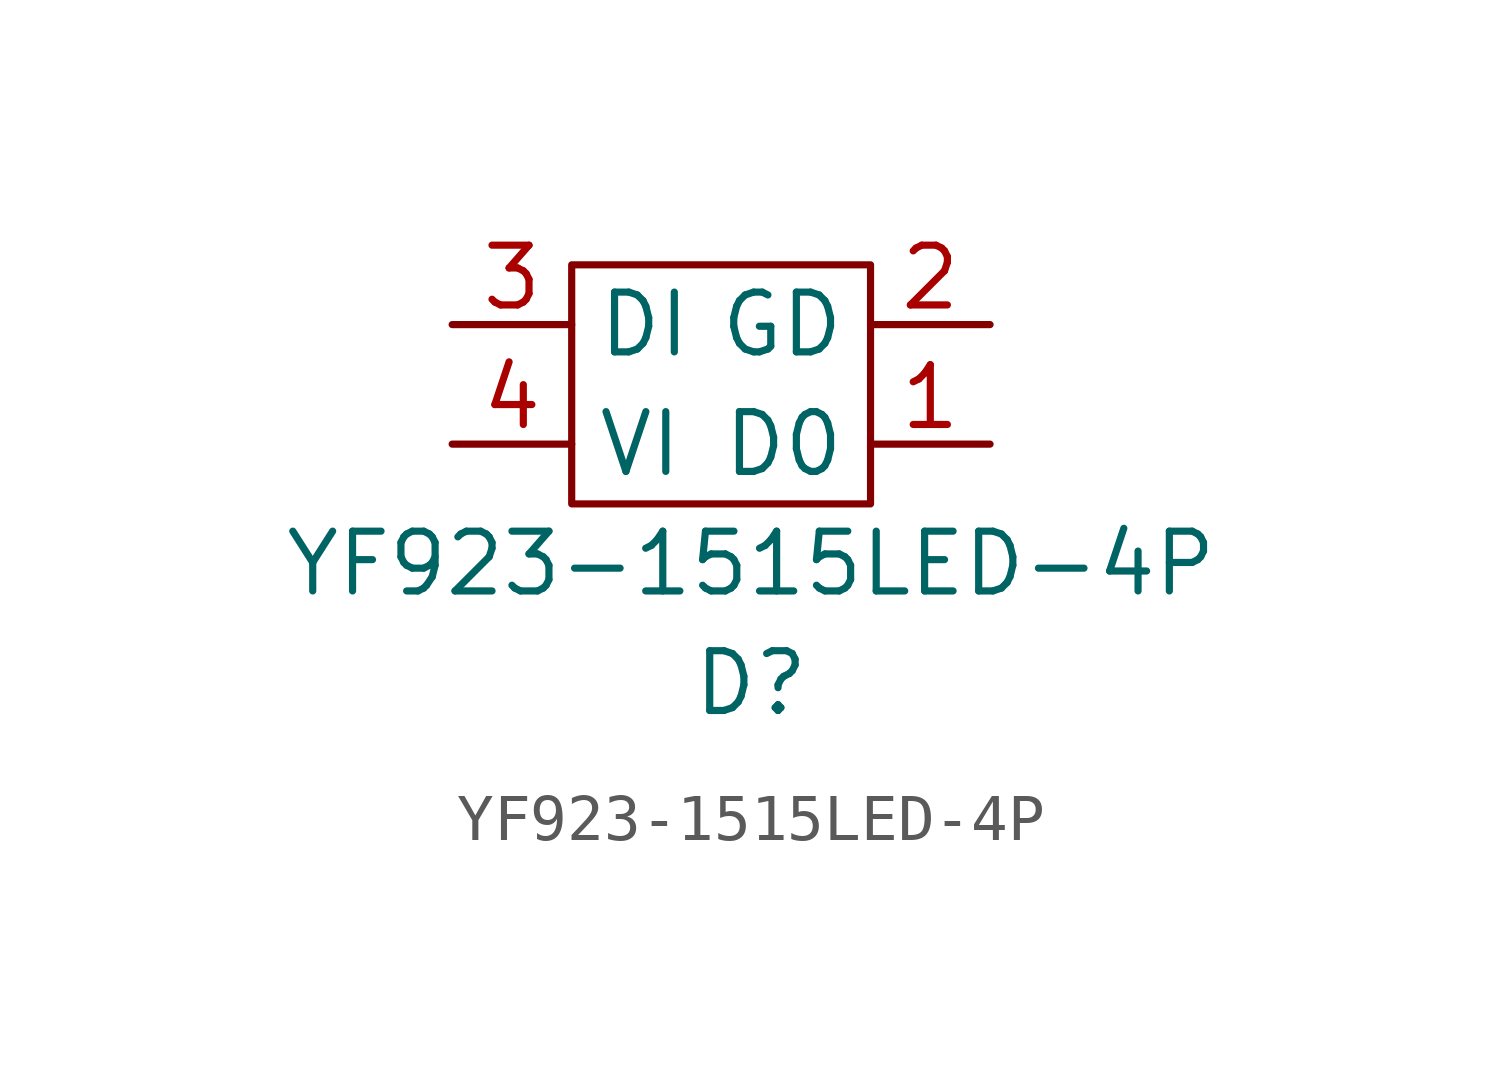
<source format=kicad_sym>
(kicad_symbol_lib
  (version 20211014)
  (generator kicad_symbol_editor)
  (symbol "YF923-1515LED-4P"
    (property "Reference" "D"
      (at 0 0 0)
      (effects (font (size 1.27 1.27))))
    (property "Value" "YF923-1515LED-4P"
      (at 0 2.54 0)
      (effects (font (size 1.27 1.27))))
    (symbol "YF923-1515LED-4P_0_1"
      (rectangle (start -3.81 8.89) (end 2.54 3.81) (stroke (width 0) (type default) (color 0 0 0 0)) (fill (type none))))
    (symbol "YF923-1515LED-4P_1_1"
      (pin output line (at 5.08 5.08 180) (length 2.54) (name "D0" (effects (font (size 1.27 1.27)))) (number "1" (effects (font (size 1.27 1.27)))))
      (pin power_in line (at 5.08 7.62 180) (length 2.54) (name "GD" (effects (font (size 1.27 1.27)))) (number "2" (effects (font (size 1.27 1.27)))))
      (pin input line (at -6.35 7.62 0) (length 2.54) (name "DI" (effects (font (size 1.27 1.27)))) (number "3" (effects (font (size 1.27 1.27)))))
      (pin power_in line (at -6.35 5.08 0) (length 2.54) (name "VI" (effects (font (size 1.27 1.27)))) (number "4" (effects (font (size 1.27 1.27))))))))
</source>
